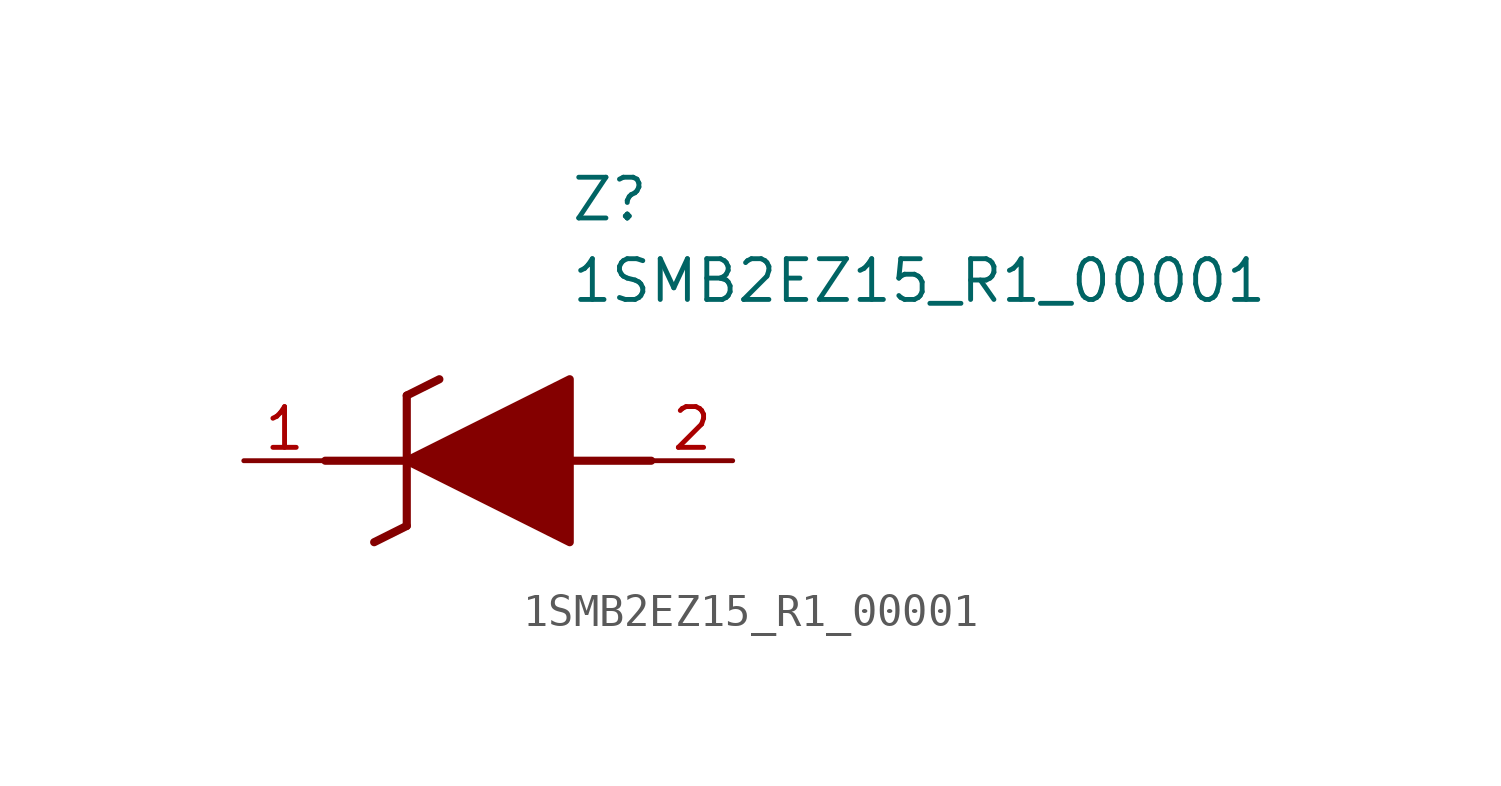
<source format=kicad_sym>
(kicad_symbol_lib
  (version 20211014)
  (generator SamacSys_ECAD_Model)
  (symbol "1SMB2EZ15_R1_00001"
    (pin_names hide)
    (property "Reference" "Z"
      (at 10.16 8.89 0)
      (effects (font (size 1.27 1.27)) (justify left top)))
    (property "Value" "1SMB2EZ15_R1_00001"
      (at 10.16 6.35 0)
      (effects (font (size 1.27 1.27)) (justify left top)))
    (polyline
      (pts (xy 5.08 2.032) (xy 5.08 -2.032))
      (stroke (width 0.254) (type default))
      (fill (type none)))
    (polyline
      (pts (xy 5.08 2.032) (xy 6.096 2.54))
      (stroke (width 0.254) (type default))
      (fill (type none)))
    (polyline
      (pts (xy 4.064 -2.54) (xy 5.08 -2.032))
      (stroke (width 0.254) (type default))
      (fill (type none)))
    (polyline
      (pts (xy 2.54 0) (xy 5.08 0))
      (stroke (width 0.254) (type default))
      (fill (type none)))
    (polyline
      (pts (xy 12.7 0) (xy 10.16 0))
      (stroke (width 0.254) (type default))
      (fill (type none)))
    (polyline
      (pts (xy 5.08 0) (xy 10.16 2.54) (xy 10.16 -2.54) (xy 5.08 0))
      (stroke (width 0.254) (type default))
      (fill (type outline)))
    (pin passive line
      (at 0 0 0)
      (length 2.54)
      (name "K" (effects (font (size 1.27 1.27))))
      (number "1" (effects (font (size 1.27 1.27)))))
    (pin passive line
      (at 15.24 0 180)
      (length 2.54)
      (name "A" (effects (font (size 1.27 1.27))))
      (number "2" (effects (font (size 1.27 1.27)))))))
</source>
